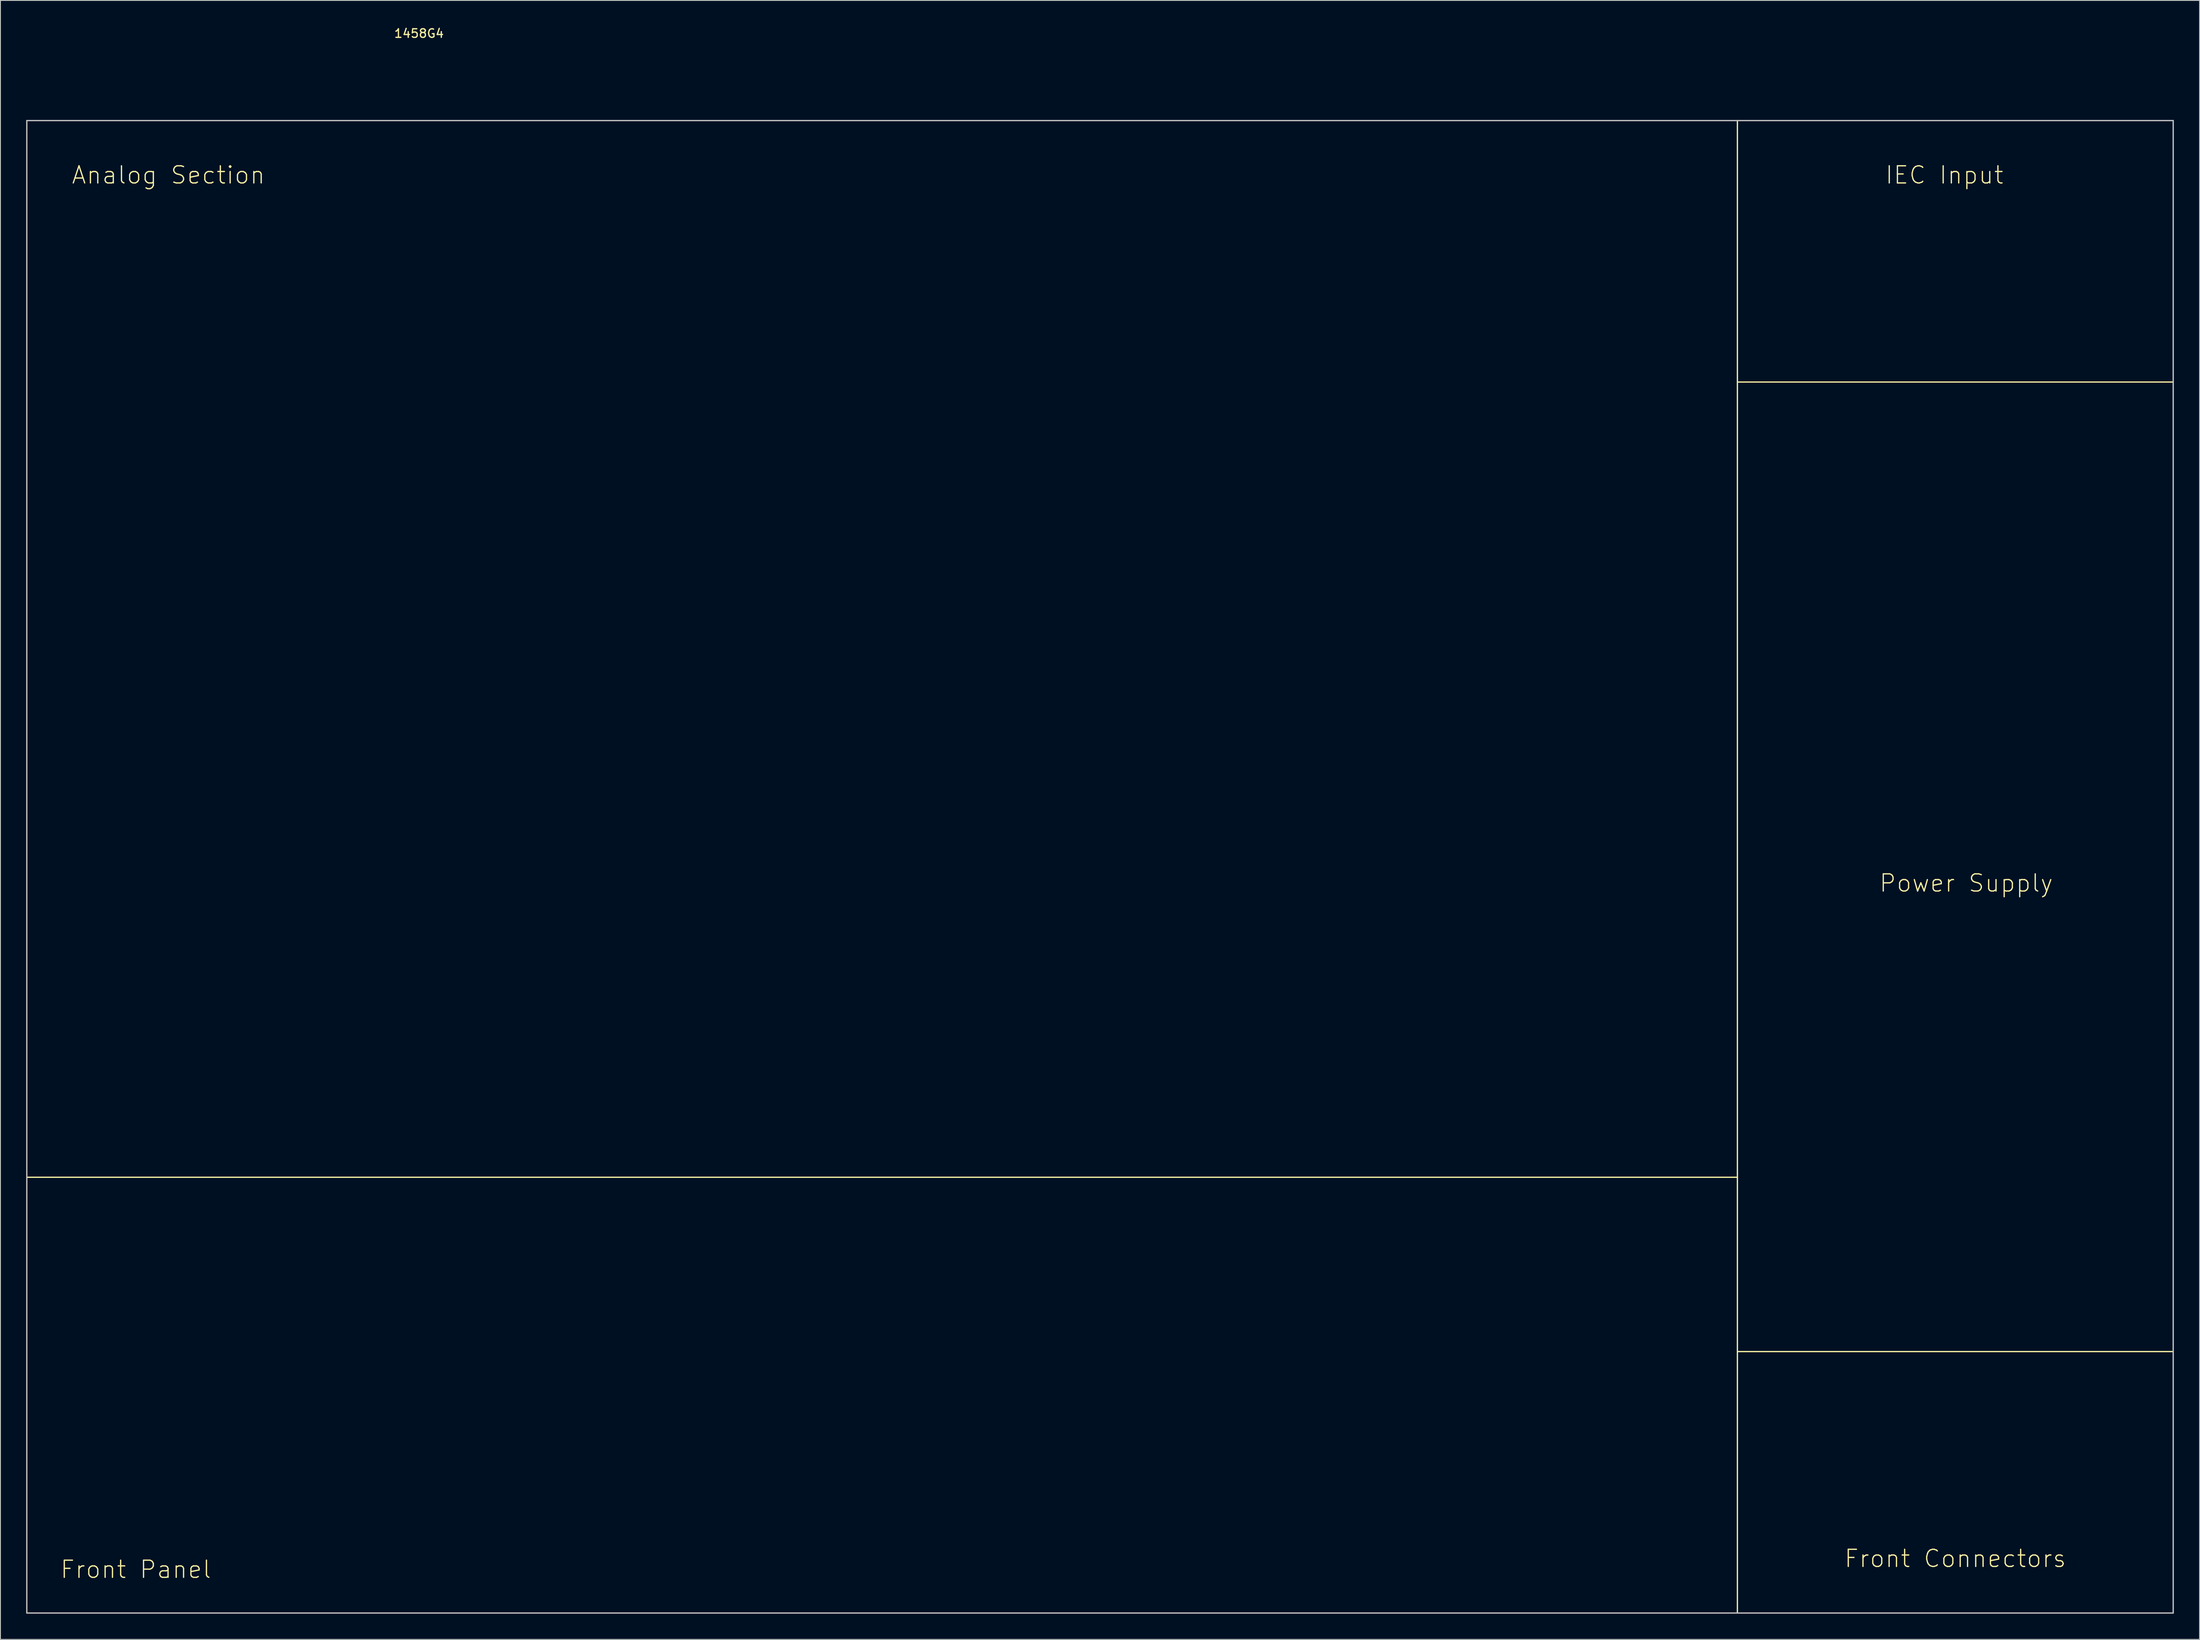
<source format=kicad_pcb>
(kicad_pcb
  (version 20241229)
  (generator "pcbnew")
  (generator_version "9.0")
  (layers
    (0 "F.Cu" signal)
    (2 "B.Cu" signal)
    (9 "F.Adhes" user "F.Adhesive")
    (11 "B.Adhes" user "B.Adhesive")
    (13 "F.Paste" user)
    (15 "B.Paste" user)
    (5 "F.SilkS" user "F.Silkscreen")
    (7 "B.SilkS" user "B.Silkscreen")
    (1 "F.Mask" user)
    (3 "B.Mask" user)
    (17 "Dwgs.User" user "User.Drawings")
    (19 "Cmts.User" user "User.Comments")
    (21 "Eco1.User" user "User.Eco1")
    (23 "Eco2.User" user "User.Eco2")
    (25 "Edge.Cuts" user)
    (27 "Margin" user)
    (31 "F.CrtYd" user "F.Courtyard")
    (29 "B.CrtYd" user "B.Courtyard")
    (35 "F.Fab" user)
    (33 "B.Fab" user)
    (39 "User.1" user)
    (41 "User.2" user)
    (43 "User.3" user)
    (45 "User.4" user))
  (footprint "1458G4"
    (layer "F.Cu")
    (at 125.805 97.368)
    (property "Reference" "1458G4" (at -80.01 -96.52 0) (layer "F.SilkS") (effects (font (size 1 1) (thickness 0.15))))
    (attr through_hole)
    (fp_line (start -125.73 36.83) (end 73.66 36.83) (stroke (width 0.15) (type solid)) (layer "F.SilkS"))
    (fp_line (start 73.66 -86.36) (end 73.66 87.63) (stroke (width 0.15) (type solid)) (layer "F.SilkS"))
    (fp_line (start 73.66 -55.88) (end 124.46 -55.88) (stroke (width 0.15) (type solid)) (layer "F.SilkS"))
    (fp_line (start 73.66 57.15) (end 124.46 57.15) (stroke (width 0.15) (type solid)) (layer "F.SilkS"))
    (fp_line (start -125.73 -86.36) (end 124.46 -86.36) (stroke (width 0.15) (type solid)) (layer "Dwgs.User"))
    (fp_line (start -125.73 87.63) (end -125.73 -86.36) (stroke (width 0.15) (type solid)) (layer "Dwgs.User"))
    (fp_line (start 124.46 -86.36) (end 124.46 87.63) (stroke (width 0.15) (type solid)) (layer "Dwgs.User"))
    (fp_line (start 124.46 87.63) (end -125.73 87.63) (stroke (width 0.15) (type solid)) (layer "Dwgs.User"))
    (fp_text user "Front Panel" (at -113.03 82.55 0) (layer "F.SilkS") (effects (font (size 2 2) (thickness 0.15))))
    (fp_text user "Power Supply" (at 100.33 2.54 0) (layer "F.SilkS") (effects (font (size 2 2) (thickness 0.15))))
    (fp_text user "Analog Section" (at -109.22 -80.01 0) (layer "F.SilkS") (effects (font (size 2 2) (thickness 0.15))))
    (fp_text user "IEC Input" (at 97.79 -80.01 0) (layer "F.SilkS") (effects (font (size 2 2) (thickness 0.15))))
    (fp_text user "Front Connectors" (at 99.06 81.28 0) (layer "F.SilkS") (effects (font (size 2 2) (thickness 0.15)))))
  (gr_rect
    (start -3 -3)
    (end 253.34 188.073)
    (stroke (width 0.1) (type default))
    (fill no)
    (layer "Edge.Cuts")))
</source>
